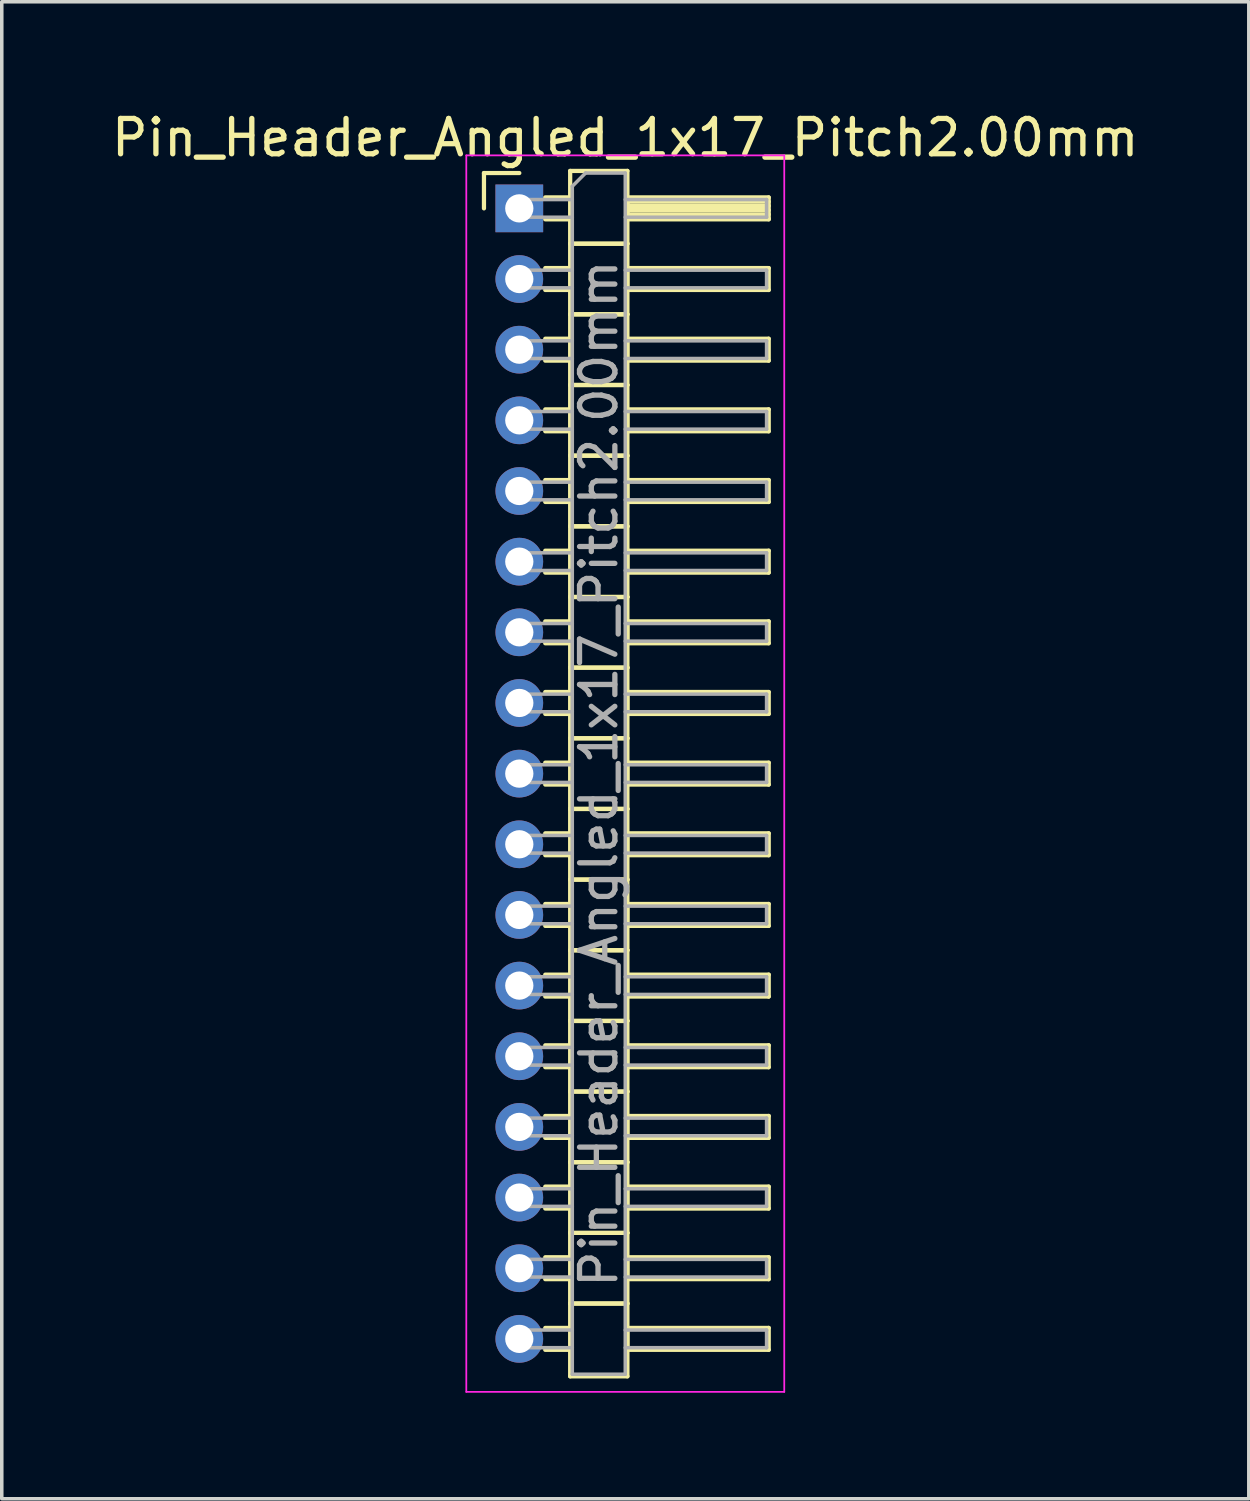
<source format=kicad_pcb>
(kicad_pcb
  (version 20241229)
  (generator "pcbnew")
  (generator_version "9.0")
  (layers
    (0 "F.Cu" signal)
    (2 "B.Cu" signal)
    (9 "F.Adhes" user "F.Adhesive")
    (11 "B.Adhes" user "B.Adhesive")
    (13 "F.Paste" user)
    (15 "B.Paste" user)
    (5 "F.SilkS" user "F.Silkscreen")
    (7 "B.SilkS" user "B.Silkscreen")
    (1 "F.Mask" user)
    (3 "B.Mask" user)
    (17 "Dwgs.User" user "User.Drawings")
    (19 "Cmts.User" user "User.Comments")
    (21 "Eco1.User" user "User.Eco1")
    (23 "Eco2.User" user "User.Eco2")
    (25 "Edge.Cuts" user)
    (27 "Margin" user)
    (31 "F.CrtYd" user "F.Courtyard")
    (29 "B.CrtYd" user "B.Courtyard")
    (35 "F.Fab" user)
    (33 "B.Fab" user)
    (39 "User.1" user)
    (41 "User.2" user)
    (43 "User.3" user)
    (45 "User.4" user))
  (footprint "Pin_Header_Angled_1x17_Pitch2.00mm"
    (layer "F.Cu")
    (at 11.649 2.848)
    (property "Reference" "Pin_Header_Angled_1x17_Pitch2.00mm" (at 3 -2 0) (layer "F.SilkS") (effects (font (size 1 1) (thickness 0.15))))
    (attr through_hole)
    (fp_line (start -1 -1) (end 0 -1) (stroke (width 0.12) (type solid)) (layer "F.SilkS"))
    (fp_line (start -1 0) (end -1 -1) (stroke (width 0.12) (type solid)) (layer "F.SilkS"))
    (fp_line (start 0.735 -0.31) (end 1.44 -0.31) (stroke (width 0.12) (type solid)) (layer "F.SilkS"))
    (fp_line (start 0.735 0.31) (end 1.44 0.31) (stroke (width 0.12) (type solid)) (layer "F.SilkS"))
    (fp_line (start 0.735 1.69) (end 1.44 1.69) (stroke (width 0.12) (type solid)) (layer "F.SilkS"))
    (fp_line (start 0.735 2.31) (end 1.44 2.31) (stroke (width 0.12) (type solid)) (layer "F.SilkS"))
    (fp_line (start 0.735 3.69) (end 1.44 3.69) (stroke (width 0.12) (type solid)) (layer "F.SilkS"))
    (fp_line (start 0.735 4.31) (end 1.44 4.31) (stroke (width 0.12) (type solid)) (layer "F.SilkS"))
    (fp_line (start 0.735 5.69) (end 1.44 5.69) (stroke (width 0.12) (type solid)) (layer "F.SilkS"))
    (fp_line (start 0.735 6.31) (end 1.44 6.31) (stroke (width 0.12) (type solid)) (layer "F.SilkS"))
    (fp_line (start 0.735 7.69) (end 1.44 7.69) (stroke (width 0.12) (type solid)) (layer "F.SilkS"))
    (fp_line (start 0.735 8.31) (end 1.44 8.31) (stroke (width 0.12) (type solid)) (layer "F.SilkS"))
    (fp_line (start 0.735 9.69) (end 1.44 9.69) (stroke (width 0.12) (type solid)) (layer "F.SilkS"))
    (fp_line (start 0.735 10.31) (end 1.44 10.31) (stroke (width 0.12) (type solid)) (layer "F.SilkS"))
    (fp_line (start 0.735 11.69) (end 1.44 11.69) (stroke (width 0.12) (type solid)) (layer "F.SilkS"))
    (fp_line (start 0.735 12.31) (end 1.44 12.31) (stroke (width 0.12) (type solid)) (layer "F.SilkS"))
    (fp_line (start 0.735 13.69) (end 1.44 13.69) (stroke (width 0.12) (type solid)) (layer "F.SilkS"))
    (fp_line (start 0.735 14.31) (end 1.44 14.31) (stroke (width 0.12) (type solid)) (layer "F.SilkS"))
    (fp_line (start 0.735 15.69) (end 1.44 15.69) (stroke (width 0.12) (type solid)) (layer "F.SilkS"))
    (fp_line (start 0.735 16.31) (end 1.44 16.31) (stroke (width 0.12) (type solid)) (layer "F.SilkS"))
    (fp_line (start 0.735 17.69) (end 1.44 17.69) (stroke (width 0.12) (type solid)) (layer "F.SilkS"))
    (fp_line (start 0.735 18.31) (end 1.44 18.31) (stroke (width 0.12) (type solid)) (layer "F.SilkS"))
    (fp_line (start 0.735 19.69) (end 1.44 19.69) (stroke (width 0.12) (type solid)) (layer "F.SilkS"))
    (fp_line (start 0.735 20.31) (end 1.44 20.31) (stroke (width 0.12) (type solid)) (layer "F.SilkS"))
    (fp_line (start 0.735 21.69) (end 1.44 21.69) (stroke (width 0.12) (type solid)) (layer "F.SilkS"))
    (fp_line (start 0.735 22.31) (end 1.44 22.31) (stroke (width 0.12) (type solid)) (layer "F.SilkS"))
    (fp_line (start 0.735 23.69) (end 1.44 23.69) (stroke (width 0.12) (type solid)) (layer "F.SilkS"))
    (fp_line (start 0.735 24.31) (end 1.44 24.31) (stroke (width 0.12) (type solid)) (layer "F.SilkS"))
    (fp_line (start 0.735 25.69) (end 1.44 25.69) (stroke (width 0.12) (type solid)) (layer "F.SilkS"))
    (fp_line (start 0.735 26.31) (end 1.44 26.31) (stroke (width 0.12) (type solid)) (layer "F.SilkS"))
    (fp_line (start 0.735 27.69) (end 1.44 27.69) (stroke (width 0.12) (type solid)) (layer "F.SilkS"))
    (fp_line (start 0.735 28.31) (end 1.44 28.31) (stroke (width 0.12) (type solid)) (layer "F.SilkS"))
    (fp_line (start 0.735 29.69) (end 1.44 29.69) (stroke (width 0.12) (type solid)) (layer "F.SilkS"))
    (fp_line (start 0.735 30.31) (end 1.44 30.31) (stroke (width 0.12) (type solid)) (layer "F.SilkS"))
    (fp_line (start 0.735 31.69) (end 1.44 31.69) (stroke (width 0.12) (type solid)) (layer "F.SilkS"))
    (fp_line (start 0.735 32.31) (end 1.44 32.31) (stroke (width 0.12) (type solid)) (layer "F.SilkS"))
    (fp_line (start 1.44 -1.06) (end 1.44 1) (stroke (width 0.12) (type solid)) (layer "F.SilkS"))
    (fp_line (start 1.44 1) (end 1.44 3) (stroke (width 0.12) (type solid)) (layer "F.SilkS"))
    (fp_line (start 1.44 1) (end 3.06 1) (stroke (width 0.12) (type solid)) (layer "F.SilkS"))
    (fp_line (start 1.44 3) (end 1.44 5) (stroke (width 0.12) (type solid)) (layer "F.SilkS"))
    (fp_line (start 1.44 3) (end 3.06 3) (stroke (width 0.12) (type solid)) (layer "F.SilkS"))
    (fp_line (start 1.44 5) (end 1.44 7) (stroke (width 0.12) (type solid)) (layer "F.SilkS"))
    (fp_line (start 1.44 5) (end 3.06 5) (stroke (width 0.12) (type solid)) (layer "F.SilkS"))
    (fp_line (start 1.44 7) (end 1.44 9) (stroke (width 0.12) (type solid)) (layer "F.SilkS"))
    (fp_line (start 1.44 7) (end 3.06 7) (stroke (width 0.12) (type solid)) (layer "F.SilkS"))
    (fp_line (start 1.44 9) (end 1.44 11) (stroke (width 0.12) (type solid)) (layer "F.SilkS"))
    (fp_line (start 1.44 9) (end 3.06 9) (stroke (width 0.12) (type solid)) (layer "F.SilkS"))
    (fp_line (start 1.44 11) (end 1.44 13) (stroke (width 0.12) (type solid)) (layer "F.SilkS"))
    (fp_line (start 1.44 11) (end 3.06 11) (stroke (width 0.12) (type solid)) (layer "F.SilkS"))
    (fp_line (start 1.44 13) (end 1.44 15) (stroke (width 0.12) (type solid)) (layer "F.SilkS"))
    (fp_line (start 1.44 13) (end 3.06 13) (stroke (width 0.12) (type solid)) (layer "F.SilkS"))
    (fp_line (start 1.44 15) (end 1.44 17) (stroke (width 0.12) (type solid)) (layer "F.SilkS"))
    (fp_line (start 1.44 15) (end 3.06 15) (stroke (width 0.12) (type solid)) (layer "F.SilkS"))
    (fp_line (start 1.44 17) (end 1.44 19) (stroke (width 0.12) (type solid)) (layer "F.SilkS"))
    (fp_line (start 1.44 17) (end 3.06 17) (stroke (width 0.12) (type solid)) (layer "F.SilkS"))
    (fp_line (start 1.44 19) (end 1.44 21) (stroke (width 0.12) (type solid)) (layer "F.SilkS"))
    (fp_line (start 1.44 19) (end 3.06 19) (stroke (width 0.12) (type solid)) (layer "F.SilkS"))
    (fp_line (start 1.44 21) (end 1.44 23) (stroke (width 0.12) (type solid)) (layer "F.SilkS"))
    (fp_line (start 1.44 21) (end 3.06 21) (stroke (width 0.12) (type solid)) (layer "F.SilkS"))
    (fp_line (start 1.44 23) (end 1.44 25) (stroke (width 0.12) (type solid)) (layer "F.SilkS"))
    (fp_line (start 1.44 23) (end 3.06 23) (stroke (width 0.12) (type solid)) (layer "F.SilkS"))
    (fp_line (start 1.44 25) (end 1.44 27) (stroke (width 0.12) (type solid)) (layer "F.SilkS"))
    (fp_line (start 1.44 25) (end 3.06 25) (stroke (width 0.12) (type solid)) (layer "F.SilkS"))
    (fp_line (start 1.44 27) (end 1.44 29) (stroke (width 0.12) (type solid)) (layer "F.SilkS"))
    (fp_line (start 1.44 27) (end 3.06 27) (stroke (width 0.12) (type solid)) (layer "F.SilkS"))
    (fp_line (start 1.44 29) (end 1.44 31) (stroke (width 0.12) (type solid)) (layer "F.SilkS"))
    (fp_line (start 1.44 29) (end 3.06 29) (stroke (width 0.12) (type solid)) (layer "F.SilkS"))
    (fp_line (start 1.44 31) (end 1.44 33.06) (stroke (width 0.12) (type solid)) (layer "F.SilkS"))
    (fp_line (start 1.44 31) (end 3.06 31) (stroke (width 0.12) (type solid)) (layer "F.SilkS"))
    (fp_line (start 1.44 33.06) (end 3.06 33.06) (stroke (width 0.12) (type solid)) (layer "F.SilkS"))
    (fp_line (start 3.06 -1.06) (end 1.44 -1.06) (stroke (width 0.12) (type solid)) (layer "F.SilkS"))
    (fp_line (start 3.06 -0.31) (end 3.06 0.31) (stroke (width 0.12) (type solid)) (layer "F.SilkS"))
    (fp_line (start 3.06 -0.19) (end 7.06 -0.19) (stroke (width 0.12) (type solid)) (layer "F.SilkS"))
    (fp_line (start 3.06 -0.07) (end 7.06 -0.07) (stroke (width 0.12) (type solid)) (layer "F.SilkS"))
    (fp_line (start 3.06 0.05) (end 7.06 0.05) (stroke (width 0.12) (type solid)) (layer "F.SilkS"))
    (fp_line (start 3.06 0.17) (end 7.06 0.17) (stroke (width 0.12) (type solid)) (layer "F.SilkS"))
    (fp_line (start 3.06 0.29) (end 7.06 0.29) (stroke (width 0.12) (type solid)) (layer "F.SilkS"))
    (fp_line (start 3.06 0.31) (end 7.06 0.31) (stroke (width 0.12) (type solid)) (layer "F.SilkS"))
    (fp_line (start 3.06 1) (end 1.44 1) (stroke (width 0.12) (type solid)) (layer "F.SilkS"))
    (fp_line (start 3.06 1) (end 3.06 -1.06) (stroke (width 0.12) (type solid)) (layer "F.SilkS"))
    (fp_line (start 3.06 1.69) (end 3.06 2.31) (stroke (width 0.12) (type solid)) (layer "F.SilkS"))
    (fp_line (start 3.06 2.31) (end 7.06 2.31) (stroke (width 0.12) (type solid)) (layer "F.SilkS"))
    (fp_line (start 3.06 3) (end 1.44 3) (stroke (width 0.12) (type solid)) (layer "F.SilkS"))
    (fp_line (start 3.06 3) (end 3.06 1) (stroke (width 0.12) (type solid)) (layer "F.SilkS"))
    (fp_line (start 3.06 3.69) (end 3.06 4.31) (stroke (width 0.12) (type solid)) (layer "F.SilkS"))
    (fp_line (start 3.06 4.31) (end 7.06 4.31) (stroke (width 0.12) (type solid)) (layer "F.SilkS"))
    (fp_line (start 3.06 5) (end 1.44 5) (stroke (width 0.12) (type solid)) (layer "F.SilkS"))
    (fp_line (start 3.06 5) (end 3.06 3) (stroke (width 0.12) (type solid)) (layer "F.SilkS"))
    (fp_line (start 3.06 5.69) (end 3.06 6.31) (stroke (width 0.12) (type solid)) (layer "F.SilkS"))
    (fp_line (start 3.06 6.31) (end 7.06 6.31) (stroke (width 0.12) (type solid)) (layer "F.SilkS"))
    (fp_line (start 3.06 7) (end 1.44 7) (stroke (width 0.12) (type solid)) (layer "F.SilkS"))
    (fp_line (start 3.06 7) (end 3.06 5) (stroke (width 0.12) (type solid)) (layer "F.SilkS"))
    (fp_line (start 3.06 7.69) (end 3.06 8.31) (stroke (width 0.12) (type solid)) (layer "F.SilkS"))
    (fp_line (start 3.06 8.31) (end 7.06 8.31) (stroke (width 0.12) (type solid)) (layer "F.SilkS"))
    (fp_line (start 3.06 9) (end 1.44 9) (stroke (width 0.12) (type solid)) (layer "F.SilkS"))
    (fp_line (start 3.06 9) (end 3.06 7) (stroke (width 0.12) (type solid)) (layer "F.SilkS"))
    (fp_line (start 3.06 9.69) (end 3.06 10.31) (stroke (width 0.12) (type solid)) (layer "F.SilkS"))
    (fp_line (start 3.06 10.31) (end 7.06 10.31) (stroke (width 0.12) (type solid)) (layer "F.SilkS"))
    (fp_line (start 3.06 11) (end 1.44 11) (stroke (width 0.12) (type solid)) (layer "F.SilkS"))
    (fp_line (start 3.06 11) (end 3.06 9) (stroke (width 0.12) (type solid)) (layer "F.SilkS"))
    (fp_line (start 3.06 11.69) (end 3.06 12.31) (stroke (width 0.12) (type solid)) (layer "F.SilkS"))
    (fp_line (start 3.06 12.31) (end 7.06 12.31) (stroke (width 0.12) (type solid)) (layer "F.SilkS"))
    (fp_line (start 3.06 13) (end 1.44 13) (stroke (width 0.12) (type solid)) (layer "F.SilkS"))
    (fp_line (start 3.06 13) (end 3.06 11) (stroke (width 0.12) (type solid)) (layer "F.SilkS"))
    (fp_line (start 3.06 13.69) (end 3.06 14.31) (stroke (width 0.12) (type solid)) (layer "F.SilkS"))
    (fp_line (start 3.06 14.31) (end 7.06 14.31) (stroke (width 0.12) (type solid)) (layer "F.SilkS"))
    (fp_line (start 3.06 15) (end 1.44 15) (stroke (width 0.12) (type solid)) (layer "F.SilkS"))
    (fp_line (start 3.06 15) (end 3.06 13) (stroke (width 0.12) (type solid)) (layer "F.SilkS"))
    (fp_line (start 3.06 15.69) (end 3.06 16.31) (stroke (width 0.12) (type solid)) (layer "F.SilkS"))
    (fp_line (start 3.06 16.31) (end 7.06 16.31) (stroke (width 0.12) (type solid)) (layer "F.SilkS"))
    (fp_line (start 3.06 17) (end 1.44 17) (stroke (width 0.12) (type solid)) (layer "F.SilkS"))
    (fp_line (start 3.06 17) (end 3.06 15) (stroke (width 0.12) (type solid)) (layer "F.SilkS"))
    (fp_line (start 3.06 17.69) (end 3.06 18.31) (stroke (width 0.12) (type solid)) (layer "F.SilkS"))
    (fp_line (start 3.06 18.31) (end 7.06 18.31) (stroke (width 0.12) (type solid)) (layer "F.SilkS"))
    (fp_line (start 3.06 19) (end 1.44 19) (stroke (width 0.12) (type solid)) (layer "F.SilkS"))
    (fp_line (start 3.06 19) (end 3.06 17) (stroke (width 0.12) (type solid)) (layer "F.SilkS"))
    (fp_line (start 3.06 19.69) (end 3.06 20.31) (stroke (width 0.12) (type solid)) (layer "F.SilkS"))
    (fp_line (start 3.06 20.31) (end 7.06 20.31) (stroke (width 0.12) (type solid)) (layer "F.SilkS"))
    (fp_line (start 3.06 21) (end 1.44 21) (stroke (width 0.12) (type solid)) (layer "F.SilkS"))
    (fp_line (start 3.06 21) (end 3.06 19) (stroke (width 0.12) (type solid)) (layer "F.SilkS"))
    (fp_line (start 3.06 21.69) (end 3.06 22.31) (stroke (width 0.12) (type solid)) (layer "F.SilkS"))
    (fp_line (start 3.06 22.31) (end 7.06 22.31) (stroke (width 0.12) (type solid)) (layer "F.SilkS"))
    (fp_line (start 3.06 23) (end 1.44 23) (stroke (width 0.12) (type solid)) (layer "F.SilkS"))
    (fp_line (start 3.06 23) (end 3.06 21) (stroke (width 0.12) (type solid)) (layer "F.SilkS"))
    (fp_line (start 3.06 23.69) (end 3.06 24.31) (stroke (width 0.12) (type solid)) (layer "F.SilkS"))
    (fp_line (start 3.06 24.31) (end 7.06 24.31) (stroke (width 0.12) (type solid)) (layer "F.SilkS"))
    (fp_line (start 3.06 25) (end 1.44 25) (stroke (width 0.12) (type solid)) (layer "F.SilkS"))
    (fp_line (start 3.06 25) (end 3.06 23) (stroke (width 0.12) (type solid)) (layer "F.SilkS"))
    (fp_line (start 3.06 25.69) (end 3.06 26.31) (stroke (width 0.12) (type solid)) (layer "F.SilkS"))
    (fp_line (start 3.06 26.31) (end 7.06 26.31) (stroke (width 0.12) (type solid)) (layer "F.SilkS"))
    (fp_line (start 3.06 27) (end 1.44 27) (stroke (width 0.12) (type solid)) (layer "F.SilkS"))
    (fp_line (start 3.06 27) (end 3.06 25) (stroke (width 0.12) (type solid)) (layer "F.SilkS"))
    (fp_line (start 3.06 27.69) (end 3.06 28.31) (stroke (width 0.12) (type solid)) (layer "F.SilkS"))
    (fp_line (start 3.06 28.31) (end 7.06 28.31) (stroke (width 0.12) (type solid)) (layer "F.SilkS"))
    (fp_line (start 3.06 29) (end 1.44 29) (stroke (width 0.12) (type solid)) (layer "F.SilkS"))
    (fp_line (start 3.06 29) (end 3.06 27) (stroke (width 0.12) (type solid)) (layer "F.SilkS"))
    (fp_line (start 3.06 29.69) (end 3.06 30.31) (stroke (width 0.12) (type solid)) (layer "F.SilkS"))
    (fp_line (start 3.06 30.31) (end 7.06 30.31) (stroke (width 0.12) (type solid)) (layer "F.SilkS"))
    (fp_line (start 3.06 31) (end 1.44 31) (stroke (width 0.12) (type solid)) (layer "F.SilkS"))
    (fp_line (start 3.06 31) (end 3.06 29) (stroke (width 0.12) (type solid)) (layer "F.SilkS"))
    (fp_line (start 3.06 31.69) (end 3.06 32.31) (stroke (width 0.12) (type solid)) (layer "F.SilkS"))
    (fp_line (start 3.06 32.31) (end 7.06 32.31) (stroke (width 0.12) (type solid)) (layer "F.SilkS"))
    (fp_line (start 3.06 33.06) (end 3.06 31) (stroke (width 0.12) (type solid)) (layer "F.SilkS"))
    (fp_line (start 7.06 -0.31) (end 3.06 -0.31) (stroke (width 0.12) (type solid)) (layer "F.SilkS"))
    (fp_line (start 7.06 0.31) (end 7.06 -0.31) (stroke (width 0.12) (type solid)) (layer "F.SilkS"))
    (fp_line (start 7.06 1.69) (end 3.06 1.69) (stroke (width 0.12) (type solid)) (layer "F.SilkS"))
    (fp_line (start 7.06 2.31) (end 7.06 1.69) (stroke (width 0.12) (type solid)) (layer "F.SilkS"))
    (fp_line (start 7.06 3.69) (end 3.06 3.69) (stroke (width 0.12) (type solid)) (layer "F.SilkS"))
    (fp_line (start 7.06 4.31) (end 7.06 3.69) (stroke (width 0.12) (type solid)) (layer "F.SilkS"))
    (fp_line (start 7.06 5.69) (end 3.06 5.69) (stroke (width 0.12) (type solid)) (layer "F.SilkS"))
    (fp_line (start 7.06 6.31) (end 7.06 5.69) (stroke (width 0.12) (type solid)) (layer "F.SilkS"))
    (fp_line (start 7.06 7.69) (end 3.06 7.69) (stroke (width 0.12) (type solid)) (layer "F.SilkS"))
    (fp_line (start 7.06 8.31) (end 7.06 7.69) (stroke (width 0.12) (type solid)) (layer "F.SilkS"))
    (fp_line (start 7.06 9.69) (end 3.06 9.69) (stroke (width 0.12) (type solid)) (layer "F.SilkS"))
    (fp_line (start 7.06 10.31) (end 7.06 9.69) (stroke (width 0.12) (type solid)) (layer "F.SilkS"))
    (fp_line (start 7.06 11.69) (end 3.06 11.69) (stroke (width 0.12) (type solid)) (layer "F.SilkS"))
    (fp_line (start 7.06 12.31) (end 7.06 11.69) (stroke (width 0.12) (type solid)) (layer "F.SilkS"))
    (fp_line (start 7.06 13.69) (end 3.06 13.69) (stroke (width 0.12) (type solid)) (layer "F.SilkS"))
    (fp_line (start 7.06 14.31) (end 7.06 13.69) (stroke (width 0.12) (type solid)) (layer "F.SilkS"))
    (fp_line (start 7.06 15.69) (end 3.06 15.69) (stroke (width 0.12) (type solid)) (layer "F.SilkS"))
    (fp_line (start 7.06 16.31) (end 7.06 15.69) (stroke (width 0.12) (type solid)) (layer "F.SilkS"))
    (fp_line (start 7.06 17.69) (end 3.06 17.69) (stroke (width 0.12) (type solid)) (layer "F.SilkS"))
    (fp_line (start 7.06 18.31) (end 7.06 17.69) (stroke (width 0.12) (type solid)) (layer "F.SilkS"))
    (fp_line (start 7.06 19.69) (end 3.06 19.69) (stroke (width 0.12) (type solid)) (layer "F.SilkS"))
    (fp_line (start 7.06 20.31) (end 7.06 19.69) (stroke (width 0.12) (type solid)) (layer "F.SilkS"))
    (fp_line (start 7.06 21.69) (end 3.06 21.69) (stroke (width 0.12) (type solid)) (layer "F.SilkS"))
    (fp_line (start 7.06 22.31) (end 7.06 21.69) (stroke (width 0.12) (type solid)) (layer "F.SilkS"))
    (fp_line (start 7.06 23.69) (end 3.06 23.69) (stroke (width 0.12) (type solid)) (layer "F.SilkS"))
    (fp_line (start 7.06 24.31) (end 7.06 23.69) (stroke (width 0.12) (type solid)) (layer "F.SilkS"))
    (fp_line (start 7.06 25.69) (end 3.06 25.69) (stroke (width 0.12) (type solid)) (layer "F.SilkS"))
    (fp_line (start 7.06 26.31) (end 7.06 25.69) (stroke (width 0.12) (type solid)) (layer "F.SilkS"))
    (fp_line (start 7.06 27.69) (end 3.06 27.69) (stroke (width 0.12) (type solid)) (layer "F.SilkS"))
    (fp_line (start 7.06 28.31) (end 7.06 27.69) (stroke (width 0.12) (type solid)) (layer "F.SilkS"))
    (fp_line (start 7.06 29.69) (end 3.06 29.69) (stroke (width 0.12) (type solid)) (layer "F.SilkS"))
    (fp_line (start 7.06 30.31) (end 7.06 29.69) (stroke (width 0.12) (type solid)) (layer "F.SilkS"))
    (fp_line (start 7.06 31.69) (end 3.06 31.69) (stroke (width 0.12) (type solid)) (layer "F.SilkS"))
    (fp_line (start 7.06 32.31) (end 7.06 31.69) (stroke (width 0.12) (type solid)) (layer "F.SilkS"))
    (fp_line (start -1.5 -1.5) (end -1.5 33.5) (stroke (width 0.05) (type solid)) (layer "F.CrtYd"))
    (fp_line (start -1.5 33.5) (end 7.5 33.5) (stroke (width 0.05) (type solid)) (layer "F.CrtYd"))
    (fp_line (start 7.5 -1.5) (end -1.5 -1.5) (stroke (width 0.05) (type solid)) (layer "F.CrtYd"))
    (fp_line (start 7.5 33.5) (end 7.5 -1.5) (stroke (width 0.05) (type solid)) (layer "F.CrtYd"))
    (fp_line (start -0.25 -0.25) (end -0.25 0.25) (stroke (width 0.1) (type solid)) (layer "F.Fab"))
    (fp_line (start -0.25 -0.25) (end 1.5 -0.25) (stroke (width 0.1) (type solid)) (layer "F.Fab"))
    (fp_line (start -0.25 0.25) (end 1.5 0.25) (stroke (width 0.1) (type solid)) (layer "F.Fab"))
    (fp_line (start -0.25 1.75) (end -0.25 2.25) (stroke (width 0.1) (type solid)) (layer "F.Fab"))
    (fp_line (start -0.25 1.75) (end 1.5 1.75) (stroke (width 0.1) (type solid)) (layer "F.Fab"))
    (fp_line (start -0.25 2.25) (end 1.5 2.25) (stroke (width 0.1) (type solid)) (layer "F.Fab"))
    (fp_line (start -0.25 3.75) (end -0.25 4.25) (stroke (width 0.1) (type solid)) (layer "F.Fab"))
    (fp_line (start -0.25 3.75) (end 1.5 3.75) (stroke (width 0.1) (type solid)) (layer "F.Fab"))
    (fp_line (start -0.25 4.25) (end 1.5 4.25) (stroke (width 0.1) (type solid)) (layer "F.Fab"))
    (fp_line (start -0.25 5.75) (end -0.25 6.25) (stroke (width 0.1) (type solid)) (layer "F.Fab"))
    (fp_line (start -0.25 5.75) (end 1.5 5.75) (stroke (width 0.1) (type solid)) (layer "F.Fab"))
    (fp_line (start -0.25 6.25) (end 1.5 6.25) (stroke (width 0.1) (type solid)) (layer "F.Fab"))
    (fp_line (start -0.25 7.75) (end -0.25 8.25) (stroke (width 0.1) (type solid)) (layer "F.Fab"))
    (fp_line (start -0.25 7.75) (end 1.5 7.75) (stroke (width 0.1) (type solid)) (layer "F.Fab"))
    (fp_line (start -0.25 8.25) (end 1.5 8.25) (stroke (width 0.1) (type solid)) (layer "F.Fab"))
    (fp_line (start -0.25 9.75) (end -0.25 10.25) (stroke (width 0.1) (type solid)) (layer "F.Fab"))
    (fp_line (start -0.25 9.75) (end 1.5 9.75) (stroke (width 0.1) (type solid)) (layer "F.Fab"))
    (fp_line (start -0.25 10.25) (end 1.5 10.25) (stroke (width 0.1) (type solid)) (layer "F.Fab"))
    (fp_line (start -0.25 11.75) (end -0.25 12.25) (stroke (width 0.1) (type solid)) (layer "F.Fab"))
    (fp_line (start -0.25 11.75) (end 1.5 11.75) (stroke (width 0.1) (type solid)) (layer "F.Fab"))
    (fp_line (start -0.25 12.25) (end 1.5 12.25) (stroke (width 0.1) (type solid)) (layer "F.Fab"))
    (fp_line (start -0.25 13.75) (end -0.25 14.25) (stroke (width 0.1) (type solid)) (layer "F.Fab"))
    (fp_line (start -0.25 13.75) (end 1.5 13.75) (stroke (width 0.1) (type solid)) (layer "F.Fab"))
    (fp_line (start -0.25 14.25) (end 1.5 14.25) (stroke (width 0.1) (type solid)) (layer "F.Fab"))
    (fp_line (start -0.25 15.75) (end -0.25 16.25) (stroke (width 0.1) (type solid)) (layer "F.Fab"))
    (fp_line (start -0.25 15.75) (end 1.5 15.75) (stroke (width 0.1) (type solid)) (layer "F.Fab"))
    (fp_line (start -0.25 16.25) (end 1.5 16.25) (stroke (width 0.1) (type solid)) (layer "F.Fab"))
    (fp_line (start -0.25 17.75) (end -0.25 18.25) (stroke (width 0.1) (type solid)) (layer "F.Fab"))
    (fp_line (start -0.25 17.75) (end 1.5 17.75) (stroke (width 0.1) (type solid)) (layer "F.Fab"))
    (fp_line (start -0.25 18.25) (end 1.5 18.25) (stroke (width 0.1) (type solid)) (layer "F.Fab"))
    (fp_line (start -0.25 19.75) (end -0.25 20.25) (stroke (width 0.1) (type solid)) (layer "F.Fab"))
    (fp_line (start -0.25 19.75) (end 1.5 19.75) (stroke (width 0.1) (type solid)) (layer "F.Fab"))
    (fp_line (start -0.25 20.25) (end 1.5 20.25) (stroke (width 0.1) (type solid)) (layer "F.Fab"))
    (fp_line (start -0.25 21.75) (end -0.25 22.25) (stroke (width 0.1) (type solid)) (layer "F.Fab"))
    (fp_line (start -0.25 21.75) (end 1.5 21.75) (stroke (width 0.1) (type solid)) (layer "F.Fab"))
    (fp_line (start -0.25 22.25) (end 1.5 22.25) (stroke (width 0.1) (type solid)) (layer "F.Fab"))
    (fp_line (start -0.25 23.75) (end -0.25 24.25) (stroke (width 0.1) (type solid)) (layer "F.Fab"))
    (fp_line (start -0.25 23.75) (end 1.5 23.75) (stroke (width 0.1) (type solid)) (layer "F.Fab"))
    (fp_line (start -0.25 24.25) (end 1.5 24.25) (stroke (width 0.1) (type solid)) (layer "F.Fab"))
    (fp_line (start -0.25 25.75) (end -0.25 26.25) (stroke (width 0.1) (type solid)) (layer "F.Fab"))
    (fp_line (start -0.25 25.75) (end 1.5 25.75) (stroke (width 0.1) (type solid)) (layer "F.Fab"))
    (fp_line (start -0.25 26.25) (end 1.5 26.25) (stroke (width 0.1) (type solid)) (layer "F.Fab"))
    (fp_line (start -0.25 27.75) (end -0.25 28.25) (stroke (width 0.1) (type solid)) (layer "F.Fab"))
    (fp_line (start -0.25 27.75) (end 1.5 27.75) (stroke (width 0.1) (type solid)) (layer "F.Fab"))
    (fp_line (start -0.25 28.25) (end 1.5 28.25) (stroke (width 0.1) (type solid)) (layer "F.Fab"))
    (fp_line (start -0.25 29.75) (end -0.25 30.25) (stroke (width 0.1) (type solid)) (layer "F.Fab"))
    (fp_line (start -0.25 29.75) (end 1.5 29.75) (stroke (width 0.1) (type solid)) (layer "F.Fab"))
    (fp_line (start -0.25 30.25) (end 1.5 30.25) (stroke (width 0.1) (type solid)) (layer "F.Fab"))
    (fp_line (start -0.25 31.75) (end -0.25 32.25) (stroke (width 0.1) (type solid)) (layer "F.Fab"))
    (fp_line (start -0.25 31.75) (end 1.5 31.75) (stroke (width 0.1) (type solid)) (layer "F.Fab"))
    (fp_line (start -0.25 32.25) (end 1.5 32.25) (stroke (width 0.1) (type solid)) (layer "F.Fab"))
    (fp_line (start 1.5 -0.625) (end 1.875 -1) (stroke (width 0.1) (type solid)) (layer "F.Fab"))
    (fp_line (start 1.5 33) (end 1.5 -0.625) (stroke (width 0.1) (type solid)) (layer "F.Fab"))
    (fp_line (start 1.875 -1) (end 3 -1) (stroke (width 0.1) (type solid)) (layer "F.Fab"))
    (fp_line (start 3 -1) (end 3 33) (stroke (width 0.1) (type solid)) (layer "F.Fab"))
    (fp_line (start 3 -0.25) (end 7 -0.25) (stroke (width 0.1) (type solid)) (layer "F.Fab"))
    (fp_line (start 3 0.25) (end 7 0.25) (stroke (width 0.1) (type solid)) (layer "F.Fab"))
    (fp_line (start 3 1.75) (end 7 1.75) (stroke (width 0.1) (type solid)) (layer "F.Fab"))
    (fp_line (start 3 2.25) (end 7 2.25) (stroke (width 0.1) (type solid)) (layer "F.Fab"))
    (fp_line (start 3 3.75) (end 7 3.75) (stroke (width 0.1) (type solid)) (layer "F.Fab"))
    (fp_line (start 3 4.25) (end 7 4.25) (stroke (width 0.1) (type solid)) (layer "F.Fab"))
    (fp_line (start 3 5.75) (end 7 5.75) (stroke (width 0.1) (type solid)) (layer "F.Fab"))
    (fp_line (start 3 6.25) (end 7 6.25) (stroke (width 0.1) (type solid)) (layer "F.Fab"))
    (fp_line (start 3 7.75) (end 7 7.75) (stroke (width 0.1) (type solid)) (layer "F.Fab"))
    (fp_line (start 3 8.25) (end 7 8.25) (stroke (width 0.1) (type solid)) (layer "F.Fab"))
    (fp_line (start 3 9.75) (end 7 9.75) (stroke (width 0.1) (type solid)) (layer "F.Fab"))
    (fp_line (start 3 10.25) (end 7 10.25) (stroke (width 0.1) (type solid)) (layer "F.Fab"))
    (fp_line (start 3 11.75) (end 7 11.75) (stroke (width 0.1) (type solid)) (layer "F.Fab"))
    (fp_line (start 3 12.25) (end 7 12.25) (stroke (width 0.1) (type solid)) (layer "F.Fab"))
    (fp_line (start 3 13.75) (end 7 13.75) (stroke (width 0.1) (type solid)) (layer "F.Fab"))
    (fp_line (start 3 14.25) (end 7 14.25) (stroke (width 0.1) (type solid)) (layer "F.Fab"))
    (fp_line (start 3 15.75) (end 7 15.75) (stroke (width 0.1) (type solid)) (layer "F.Fab"))
    (fp_line (start 3 16.25) (end 7 16.25) (stroke (width 0.1) (type solid)) (layer "F.Fab"))
    (fp_line (start 3 17.75) (end 7 17.75) (stroke (width 0.1) (type solid)) (layer "F.Fab"))
    (fp_line (start 3 18.25) (end 7 18.25) (stroke (width 0.1) (type solid)) (layer "F.Fab"))
    (fp_line (start 3 19.75) (end 7 19.75) (stroke (width 0.1) (type solid)) (layer "F.Fab"))
    (fp_line (start 3 20.25) (end 7 20.25) (stroke (width 0.1) (type solid)) (layer "F.Fab"))
    (fp_line (start 3 21.75) (end 7 21.75) (stroke (width 0.1) (type solid)) (layer "F.Fab"))
    (fp_line (start 3 22.25) (end 7 22.25) (stroke (width 0.1) (type solid)) (layer "F.Fab"))
    (fp_line (start 3 23.75) (end 7 23.75) (stroke (width 0.1) (type solid)) (layer "F.Fab"))
    (fp_line (start 3 24.25) (end 7 24.25) (stroke (width 0.1) (type solid)) (layer "F.Fab"))
    (fp_line (start 3 25.75) (end 7 25.75) (stroke (width 0.1) (type solid)) (layer "F.Fab"))
    (fp_line (start 3 26.25) (end 7 26.25) (stroke (width 0.1) (type solid)) (layer "F.Fab"))
    (fp_line (start 3 27.75) (end 7 27.75) (stroke (width 0.1) (type solid)) (layer "F.Fab"))
    (fp_line (start 3 28.25) (end 7 28.25) (stroke (width 0.1) (type solid)) (layer "F.Fab"))
    (fp_line (start 3 29.75) (end 7 29.75) (stroke (width 0.1) (type solid)) (layer "F.Fab"))
    (fp_line (start 3 30.25) (end 7 30.25) (stroke (width 0.1) (type solid)) (layer "F.Fab"))
    (fp_line (start 3 31.75) (end 7 31.75) (stroke (width 0.1) (type solid)) (layer "F.Fab"))
    (fp_line (start 3 32.25) (end 7 32.25) (stroke (width 0.1) (type solid)) (layer "F.Fab"))
    (fp_line (start 3 33) (end 1.5 33) (stroke (width 0.1) (type solid)) (layer "F.Fab"))
    (fp_line (start 7 -0.25) (end 7 0.25) (stroke (width 0.1) (type solid)) (layer "F.Fab"))
    (fp_line (start 7 1.75) (end 7 2.25) (stroke (width 0.1) (type solid)) (layer "F.Fab"))
    (fp_line (start 7 3.75) (end 7 4.25) (stroke (width 0.1) (type solid)) (layer "F.Fab"))
    (fp_line (start 7 5.75) (end 7 6.25) (stroke (width 0.1) (type solid)) (layer "F.Fab"))
    (fp_line (start 7 7.75) (end 7 8.25) (stroke (width 0.1) (type solid)) (layer "F.Fab"))
    (fp_line (start 7 9.75) (end 7 10.25) (stroke (width 0.1) (type solid)) (layer "F.Fab"))
    (fp_line (start 7 11.75) (end 7 12.25) (stroke (width 0.1) (type solid)) (layer "F.Fab"))
    (fp_line (start 7 13.75) (end 7 14.25) (stroke (width 0.1) (type solid)) (layer "F.Fab"))
    (fp_line (start 7 15.75) (end 7 16.25) (stroke (width 0.1) (type solid)) (layer "F.Fab"))
    (fp_line (start 7 17.75) (end 7 18.25) (stroke (width 0.1) (type solid)) (layer "F.Fab"))
    (fp_line (start 7 19.75) (end 7 20.25) (stroke (width 0.1) (type solid)) (layer "F.Fab"))
    (fp_line (start 7 21.75) (end 7 22.25) (stroke (width 0.1) (type solid)) (layer "F.Fab"))
    (fp_line (start 7 23.75) (end 7 24.25) (stroke (width 0.1) (type solid)) (layer "F.Fab"))
    (fp_line (start 7 25.75) (end 7 26.25) (stroke (width 0.1) (type solid)) (layer "F.Fab"))
    (fp_line (start 7 27.75) (end 7 28.25) (stroke (width 0.1) (type solid)) (layer "F.Fab"))
    (fp_line (start 7 29.75) (end 7 30.25) (stroke (width 0.1) (type solid)) (layer "F.Fab"))
    (fp_line (start 7 31.75) (end 7 32.25) (stroke (width 0.1) (type solid)) (layer "F.Fab"))
    (fp_text user "${REFERENCE}" (at 2.25 16 90) (layer "F.Fab") (effects (font (size 1 1) (thickness 0.15))))
    (pad "1" thru_hole rect (at 0 0) (size 1.35 1.35) (drill 0.8) (layers "*.Cu" "*.Mask"))
    (pad "2" thru_hole oval (at 0 2) (size 1.35 1.35) (drill 0.8) (layers "*.Cu" "*.Mask"))
    (pad "3" thru_hole oval (at 0 4) (size 1.35 1.35) (drill 0.8) (layers "*.Cu" "*.Mask"))
    (pad "4" thru_hole oval (at 0 6) (size 1.35 1.35) (drill 0.8) (layers "*.Cu" "*.Mask"))
    (pad "5" thru_hole oval (at 0 8) (size 1.35 1.35) (drill 0.8) (layers "*.Cu" "*.Mask"))
    (pad "6" thru_hole oval (at 0 10) (size 1.35 1.35) (drill 0.8) (layers "*.Cu" "*.Mask"))
    (pad "7" thru_hole oval (at 0 12) (size 1.35 1.35) (drill 0.8) (layers "*.Cu" "*.Mask"))
    (pad "8" thru_hole oval (at 0 14) (size 1.35 1.35) (drill 0.8) (layers "*.Cu" "*.Mask"))
    (pad "9" thru_hole oval (at 0 16) (size 1.35 1.35) (drill 0.8) (layers "*.Cu" "*.Mask"))
    (pad "10" thru_hole oval (at 0 18) (size 1.35 1.35) (drill 0.8) (layers "*.Cu" "*.Mask"))
    (pad "11" thru_hole oval (at 0 20) (size 1.35 1.35) (drill 0.8) (layers "*.Cu" "*.Mask"))
    (pad "12" thru_hole oval (at 0 22) (size 1.35 1.35) (drill 0.8) (layers "*.Cu" "*.Mask"))
    (pad "13" thru_hole oval (at 0 24) (size 1.35 1.35) (drill 0.8) (layers "*.Cu" "*.Mask"))
    (pad "14" thru_hole oval (at 0 26) (size 1.35 1.35) (drill 0.8) (layers "*.Cu" "*.Mask"))
    (pad "15" thru_hole oval (at 0 28) (size 1.35 1.35) (drill 0.8) (layers "*.Cu" "*.Mask"))
    (pad "16" thru_hole oval (at 0 30) (size 1.35 1.35) (drill 0.8) (layers "*.Cu" "*.Mask"))
    (pad "17" thru_hole oval (at 0 32) (size 1.35 1.35) (drill 0.8) (layers "*.Cu" "*.Mask")))
  (gr_rect
    (start -3 -3)
    (end 32.298 39.373)
    (stroke (width 0.1) (type default))
    (fill no)
    (layer "Edge.Cuts")))
</source>
